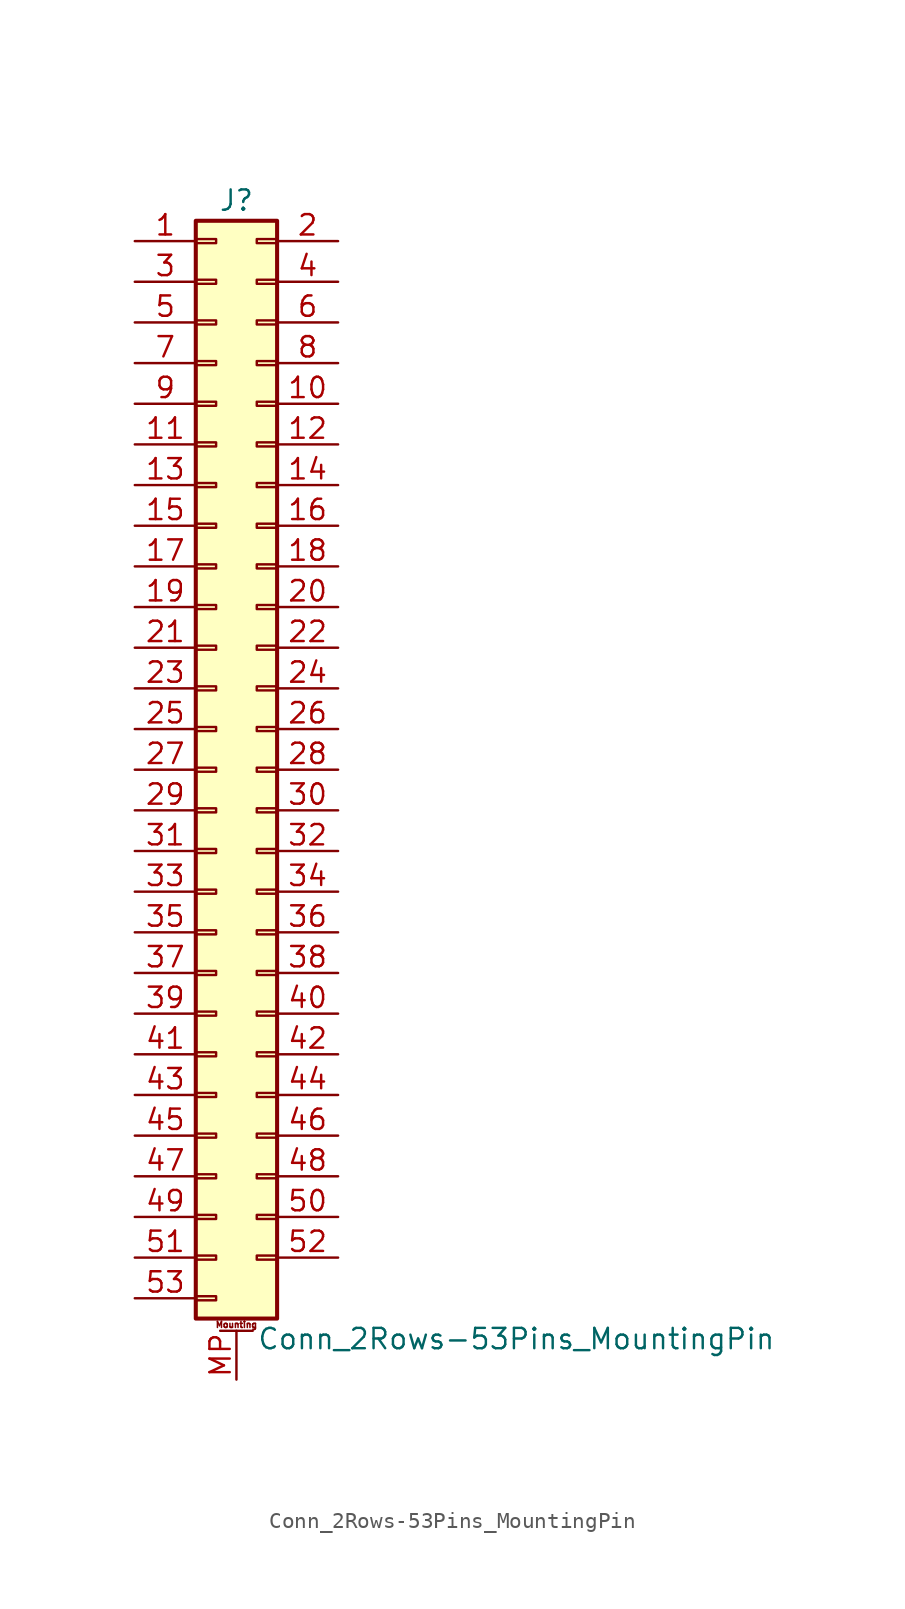
<source format=kicad_sym>
(kicad_symbol_lib
  (version 20211014)
  (generator kicad_symbol_editor)
  (symbol "Conn_2Rows-53Pins_MountingPin"
    (pin_names
      (offset 1.016) hide)
    (property "Reference" "J"
      (at 1.27 35.56 0)
      (effects (font (size 1.27 1.27))))
    (property "Value" "Conn_2Rows-53Pins_MountingPin"
      (at 2.54 -35.56 0)
      (effects (font (size 1.27 1.27)) (justify left)))
    (symbol "Conn_2Rows-53Pins_MountingPin_1_1"
      (rectangle (start -1.27 -32.893) (end 0 -33.147) (stroke (width 0.152) (type default) (color 0 0 0 0)) (fill (type none)))
      (rectangle (start -1.27 -30.353) (end 0 -30.607) (stroke (width 0.152) (type default) (color 0 0 0 0)) (fill (type none)))
      (rectangle (start -1.27 -27.813) (end 0 -28.067) (stroke (width 0.152) (type default) (color 0 0 0 0)) (fill (type none)))
      (rectangle (start -1.27 -25.273) (end 0 -25.527) (stroke (width 0.152) (type default) (color 0 0 0 0)) (fill (type none)))
      (rectangle (start -1.27 -22.733) (end 0 -22.987) (stroke (width 0.152) (type default) (color 0 0 0 0)) (fill (type none)))
      (rectangle (start -1.27 -20.193) (end 0 -20.447) (stroke (width 0.152) (type default) (color 0 0 0 0)) (fill (type none)))
      (rectangle (start -1.27 -17.653) (end 0 -17.907) (stroke (width 0.152) (type default) (color 0 0 0 0)) (fill (type none)))
      (rectangle (start -1.27 -15.113) (end 0 -15.367) (stroke (width 0.152) (type default) (color 0 0 0 0)) (fill (type none)))
      (rectangle (start -1.27 -12.573) (end 0 -12.827) (stroke (width 0.152) (type default) (color 0 0 0 0)) (fill (type none)))
      (rectangle (start -1.27 -10.033) (end 0 -10.287) (stroke (width 0.152) (type default) (color 0 0 0 0)) (fill (type none)))
      (rectangle (start -1.27 -7.493) (end 0 -7.747) (stroke (width 0.152) (type default) (color 0 0 0 0)) (fill (type none)))
      (rectangle (start -1.27 -4.953) (end 0 -5.207) (stroke (width 0.152) (type default) (color 0 0 0 0)) (fill (type none)))
      (rectangle (start -1.27 -2.413) (end 0 -2.667) (stroke (width 0.152) (type default) (color 0 0 0 0)) (fill (type none)))
      (rectangle (start -1.27 0.127) (end 0 -0.127) (stroke (width 0.152) (type default) (color 0 0 0 0)) (fill (type none)))
      (rectangle (start -1.27 2.667) (end 0 2.413) (stroke (width 0.152) (type default) (color 0 0 0 0)) (fill (type none)))
      (rectangle (start -1.27 5.207) (end 0 4.953) (stroke (width 0.152) (type default) (color 0 0 0 0)) (fill (type none)))
      (rectangle (start -1.27 7.747) (end 0 7.493) (stroke (width 0.152) (type default) (color 0 0 0 0)) (fill (type none)))
      (rectangle (start -1.27 10.287) (end 0 10.033) (stroke (width 0.152) (type default) (color 0 0 0 0)) (fill (type none)))
      (rectangle (start -1.27 12.827) (end 0 12.573) (stroke (width 0.152) (type default) (color 0 0 0 0)) (fill (type none)))
      (rectangle (start -1.27 15.367) (end 0 15.113) (stroke (width 0.152) (type default) (color 0 0 0 0)) (fill (type none)))
      (rectangle (start -1.27 17.907) (end 0 17.653) (stroke (width 0.152) (type default) (color 0 0 0 0)) (fill (type none)))
      (rectangle (start -1.27 20.447) (end 0 20.193) (stroke (width 0.152) (type default) (color 0 0 0 0)) (fill (type none)))
      (rectangle (start -1.27 22.987) (end 0 22.733) (stroke (width 0.152) (type default) (color 0 0 0 0)) (fill (type none)))
      (rectangle (start -1.27 25.527) (end 0 25.273) (stroke (width 0.152) (type default) (color 0 0 0 0)) (fill (type none)))
      (rectangle (start -1.27 28.067) (end 0 27.813) (stroke (width 0.152) (type default) (color 0 0 0 0)) (fill (type none)))
      (rectangle (start -1.27 30.607) (end 0 30.353) (stroke (width 0.152) (type default) (color 0 0 0 0)) (fill (type none)))
      (rectangle (start -1.27 33.147) (end 0 32.893) (stroke (width 0.152) (type default) (color 0 0 0 0)) (fill (type none)))
      (rectangle (start -1.27 34.29) (end 3.81 -34.29) (stroke (width 0.254) (type default) (color 0 0 0 0)) (fill (type background)))
      (polyline (pts (xy 0.254 -35.052) (xy 2.286 -35.052)) (stroke (width 0.152) (type default) (color 0 0 0 0)) (fill (type none)))
      (rectangle (start 3.81 -30.353) (end 2.54 -30.607) (stroke (width 0.152) (type default) (color 0 0 0 0)) (fill (type none)))
      (rectangle (start 3.81 -27.813) (end 2.54 -28.067) (stroke (width 0.152) (type default) (color 0 0 0 0)) (fill (type none)))
      (rectangle (start 3.81 -25.273) (end 2.54 -25.527) (stroke (width 0.152) (type default) (color 0 0 0 0)) (fill (type none)))
      (rectangle (start 3.81 -22.733) (end 2.54 -22.987) (stroke (width 0.152) (type default) (color 0 0 0 0)) (fill (type none)))
      (rectangle (start 3.81 -20.193) (end 2.54 -20.447) (stroke (width 0.152) (type default) (color 0 0 0 0)) (fill (type none)))
      (rectangle (start 3.81 -17.653) (end 2.54 -17.907) (stroke (width 0.152) (type default) (color 0 0 0 0)) (fill (type none)))
      (rectangle (start 3.81 -15.113) (end 2.54 -15.367) (stroke (width 0.152) (type default) (color 0 0 0 0)) (fill (type none)))
      (rectangle (start 3.81 -12.573) (end 2.54 -12.827) (stroke (width 0.152) (type default) (color 0 0 0 0)) (fill (type none)))
      (rectangle (start 3.81 -10.033) (end 2.54 -10.287) (stroke (width 0.152) (type default) (color 0 0 0 0)) (fill (type none)))
      (rectangle (start 3.81 -7.493) (end 2.54 -7.747) (stroke (width 0.152) (type default) (color 0 0 0 0)) (fill (type none)))
      (rectangle (start 3.81 -4.953) (end 2.54 -5.207) (stroke (width 0.152) (type default) (color 0 0 0 0)) (fill (type none)))
      (rectangle (start 3.81 -2.413) (end 2.54 -2.667) (stroke (width 0.152) (type default) (color 0 0 0 0)) (fill (type none)))
      (rectangle (start 3.81 0.127) (end 2.54 -0.127) (stroke (width 0.152) (type default) (color 0 0 0 0)) (fill (type none)))
      (rectangle (start 3.81 2.667) (end 2.54 2.413) (stroke (width 0.152) (type default) (color 0 0 0 0)) (fill (type none)))
      (rectangle (start 3.81 5.207) (end 2.54 4.953) (stroke (width 0.152) (type default) (color 0 0 0 0)) (fill (type none)))
      (rectangle (start 3.81 7.747) (end 2.54 7.493) (stroke (width 0.152) (type default) (color 0 0 0 0)) (fill (type none)))
      (rectangle (start 3.81 10.287) (end 2.54 10.033) (stroke (width 0.152) (type default) (color 0 0 0 0)) (fill (type none)))
      (rectangle (start 3.81 12.827) (end 2.54 12.573) (stroke (width 0.152) (type default) (color 0 0 0 0)) (fill (type none)))
      (rectangle (start 3.81 15.367) (end 2.54 15.113) (stroke (width 0.152) (type default) (color 0 0 0 0)) (fill (type none)))
      (rectangle (start 3.81 17.907) (end 2.54 17.653) (stroke (width 0.152) (type default) (color 0 0 0 0)) (fill (type none)))
      (rectangle (start 3.81 20.447) (end 2.54 20.193) (stroke (width 0.152) (type default) (color 0 0 0 0)) (fill (type none)))
      (rectangle (start 3.81 22.987) (end 2.54 22.733) (stroke (width 0.152) (type default) (color 0 0 0 0)) (fill (type none)))
      (rectangle (start 3.81 25.527) (end 2.54 25.273) (stroke (width 0.152) (type default) (color 0 0 0 0)) (fill (type none)))
      (rectangle (start 3.81 28.067) (end 2.54 27.813) (stroke (width 0.152) (type default) (color 0 0 0 0)) (fill (type none)))
      (rectangle (start 3.81 30.607) (end 2.54 30.353) (stroke (width 0.152) (type default) (color 0 0 0 0)) (fill (type none)))
      (rectangle (start 3.81 33.147) (end 2.54 32.893) (stroke (width 0.152) (type default) (color 0 0 0 0)) (fill (type none)))
      (text "Mounting" (at 1.27 -34.671 0) (effects (font (size 0.381 0.381))))
      (pin passive line (at -5.08 33.02 0) (length 3.81) (name "Pin_1" (effects (font (size 1.27 1.27)))) (number "1" (effects (font (size 1.27 1.27)))))
      (pin passive line (at 7.62 22.86 180) (length 3.81) (name "Pin_10" (effects (font (size 1.27 1.27)))) (number "10" (effects (font (size 1.27 1.27)))))
      (pin passive line (at -5.08 20.32 0) (length 3.81) (name "Pin_11" (effects (font (size 1.27 1.27)))) (number "11" (effects (font (size 1.27 1.27)))))
      (pin passive line (at 7.62 20.32 180) (length 3.81) (name "Pin_12" (effects (font (size 1.27 1.27)))) (number "12" (effects (font (size 1.27 1.27)))))
      (pin passive line (at -5.08 17.78 0) (length 3.81) (name "Pin_13" (effects (font (size 1.27 1.27)))) (number "13" (effects (font (size 1.27 1.27)))))
      (pin passive line (at 7.62 17.78 180) (length 3.81) (name "Pin_14" (effects (font (size 1.27 1.27)))) (number "14" (effects (font (size 1.27 1.27)))))
      (pin passive line (at -5.08 15.24 0) (length 3.81) (name "Pin_15" (effects (font (size 1.27 1.27)))) (number "15" (effects (font (size 1.27 1.27)))))
      (pin passive line (at 7.62 15.24 180) (length 3.81) (name "Pin_16" (effects (font (size 1.27 1.27)))) (number "16" (effects (font (size 1.27 1.27)))))
      (pin passive line (at -5.08 12.7 0) (length 3.81) (name "Pin_17" (effects (font (size 1.27 1.27)))) (number "17" (effects (font (size 1.27 1.27)))))
      (pin passive line (at 7.62 12.7 180) (length 3.81) (name "Pin_18" (effects (font (size 1.27 1.27)))) (number "18" (effects (font (size 1.27 1.27)))))
      (pin passive line (at -5.08 10.16 0) (length 3.81) (name "Pin_19" (effects (font (size 1.27 1.27)))) (number "19" (effects (font (size 1.27 1.27)))))
      (pin passive line (at 7.62 33.02 180) (length 3.81) (name "Pin_2" (effects (font (size 1.27 1.27)))) (number "2" (effects (font (size 1.27 1.27)))))
      (pin passive line (at 7.62 10.16 180) (length 3.81) (name "Pin_20" (effects (font (size 1.27 1.27)))) (number "20" (effects (font (size 1.27 1.27)))))
      (pin passive line (at -5.08 7.62 0) (length 3.81) (name "Pin_21" (effects (font (size 1.27 1.27)))) (number "21" (effects (font (size 1.27 1.27)))))
      (pin passive line (at 7.62 7.62 180) (length 3.81) (name "Pin_22" (effects (font (size 1.27 1.27)))) (number "22" (effects (font (size 1.27 1.27)))))
      (pin passive line (at -5.08 5.08 0) (length 3.81) (name "Pin_23" (effects (font (size 1.27 1.27)))) (number "23" (effects (font (size 1.27 1.27)))))
      (pin passive line (at 7.62 5.08 180) (length 3.81) (name "Pin_24" (effects (font (size 1.27 1.27)))) (number "24" (effects (font (size 1.27 1.27)))))
      (pin passive line (at -5.08 2.54 0) (length 3.81) (name "Pin_25" (effects (font (size 1.27 1.27)))) (number "25" (effects (font (size 1.27 1.27)))))
      (pin passive line (at 7.62 2.54 180) (length 3.81) (name "Pin_26" (effects (font (size 1.27 1.27)))) (number "26" (effects (font (size 1.27 1.27)))))
      (pin passive line (at -5.08 0 0) (length 3.81) (name "Pin_27" (effects (font (size 1.27 1.27)))) (number "27" (effects (font (size 1.27 1.27)))))
      (pin passive line (at 7.62 0 180) (length 3.81) (name "Pin_28" (effects (font (size 1.27 1.27)))) (number "28" (effects (font (size 1.27 1.27)))))
      (pin passive line (at -5.08 -2.54 0) (length 3.81) (name "Pin_29" (effects (font (size 1.27 1.27)))) (number "29" (effects (font (size 1.27 1.27)))))
      (pin passive line (at -5.08 30.48 0) (length 3.81) (name "Pin_3" (effects (font (size 1.27 1.27)))) (number "3" (effects (font (size 1.27 1.27)))))
      (pin passive line (at 7.62 -2.54 180) (length 3.81) (name "Pin_30" (effects (font (size 1.27 1.27)))) (number "30" (effects (font (size 1.27 1.27)))))
      (pin passive line (at -5.08 -5.08 0) (length 3.81) (name "Pin_31" (effects (font (size 1.27 1.27)))) (number "31" (effects (font (size 1.27 1.27)))))
      (pin passive line (at 7.62 -5.08 180) (length 3.81) (name "Pin_32" (effects (font (size 1.27 1.27)))) (number "32" (effects (font (size 1.27 1.27)))))
      (pin passive line (at -5.08 -7.62 0) (length 3.81) (name "Pin_33" (effects (font (size 1.27 1.27)))) (number "33" (effects (font (size 1.27 1.27)))))
      (pin passive line (at 7.62 -7.62 180) (length 3.81) (name "Pin_34" (effects (font (size 1.27 1.27)))) (number "34" (effects (font (size 1.27 1.27)))))
      (pin passive line (at -5.08 -10.16 0) (length 3.81) (name "Pin_35" (effects (font (size 1.27 1.27)))) (number "35" (effects (font (size 1.27 1.27)))))
      (pin passive line (at 7.62 -10.16 180) (length 3.81) (name "Pin_36" (effects (font (size 1.27 1.27)))) (number "36" (effects (font (size 1.27 1.27)))))
      (pin passive line (at -5.08 -12.7 0) (length 3.81) (name "Pin_37" (effects (font (size 1.27 1.27)))) (number "37" (effects (font (size 1.27 1.27)))))
      (pin passive line (at 7.62 -12.7 180) (length 3.81) (name "Pin_38" (effects (font (size 1.27 1.27)))) (number "38" (effects (font (size 1.27 1.27)))))
      (pin passive line (at -5.08 -15.24 0) (length 3.81) (name "Pin_39" (effects (font (size 1.27 1.27)))) (number "39" (effects (font (size 1.27 1.27)))))
      (pin passive line (at 7.62 30.48 180) (length 3.81) (name "Pin_4" (effects (font (size 1.27 1.27)))) (number "4" (effects (font (size 1.27 1.27)))))
      (pin passive line (at 7.62 -15.24 180) (length 3.81) (name "Pin_40" (effects (font (size 1.27 1.27)))) (number "40" (effects (font (size 1.27 1.27)))))
      (pin passive line (at -5.08 -17.78 0) (length 3.81) (name "Pin_41" (effects (font (size 1.27 1.27)))) (number "41" (effects (font (size 1.27 1.27)))))
      (pin passive line (at 7.62 -17.78 180) (length 3.81) (name "Pin_42" (effects (font (size 1.27 1.27)))) (number "42" (effects (font (size 1.27 1.27)))))
      (pin passive line (at -5.08 -20.32 0) (length 3.81) (name "Pin_43" (effects (font (size 1.27 1.27)))) (number "43" (effects (font (size 1.27 1.27)))))
      (pin passive line (at 7.62 -20.32 180) (length 3.81) (name "Pin_44" (effects (font (size 1.27 1.27)))) (number "44" (effects (font (size 1.27 1.27)))))
      (pin passive line (at -5.08 -22.86 0) (length 3.81) (name "Pin_45" (effects (font (size 1.27 1.27)))) (number "45" (effects (font (size 1.27 1.27)))))
      (pin passive line (at 7.62 -22.86 180) (length 3.81) (name "Pin_46" (effects (font (size 1.27 1.27)))) (number "46" (effects (font (size 1.27 1.27)))))
      (pin passive line (at -5.08 -25.4 0) (length 3.81) (name "Pin_47" (effects (font (size 1.27 1.27)))) (number "47" (effects (font (size 1.27 1.27)))))
      (pin passive line (at 7.62 -25.4 180) (length 3.81) (name "Pin_48" (effects (font (size 1.27 1.27)))) (number "48" (effects (font (size 1.27 1.27)))))
      (pin passive line (at -5.08 -27.94 0) (length 3.81) (name "Pin_49" (effects (font (size 1.27 1.27)))) (number "49" (effects (font (size 1.27 1.27)))))
      (pin passive line (at -5.08 27.94 0) (length 3.81) (name "Pin_5" (effects (font (size 1.27 1.27)))) (number "5" (effects (font (size 1.27 1.27)))))
      (pin passive line (at 7.62 -27.94 180) (length 3.81) (name "Pin_50" (effects (font (size 1.27 1.27)))) (number "50" (effects (font (size 1.27 1.27)))))
      (pin passive line (at -5.08 -30.48 0) (length 3.81) (name "Pin_51" (effects (font (size 1.27 1.27)))) (number "51" (effects (font (size 1.27 1.27)))))
      (pin passive line (at 7.62 -30.48 180) (length 3.81) (name "Pin_52" (effects (font (size 1.27 1.27)))) (number "52" (effects (font (size 1.27 1.27)))))
      (pin passive line (at -5.08 -33.02 0) (length 3.81) (name "Pin_53" (effects (font (size 1.27 1.27)))) (number "53" (effects (font (size 1.27 1.27)))))
      (pin passive line (at 7.62 27.94 180) (length 3.81) (name "Pin_6" (effects (font (size 1.27 1.27)))) (number "6" (effects (font (size 1.27 1.27)))))
      (pin passive line (at -5.08 25.4 0) (length 3.81) (name "Pin_7" (effects (font (size 1.27 1.27)))) (number "7" (effects (font (size 1.27 1.27)))))
      (pin passive line (at 7.62 25.4 180) (length 3.81) (name "Pin_8" (effects (font (size 1.27 1.27)))) (number "8" (effects (font (size 1.27 1.27)))))
      (pin passive line (at -5.08 22.86 0) (length 3.81) (name "Pin_9" (effects (font (size 1.27 1.27)))) (number "9" (effects (font (size 1.27 1.27)))))
      (pin passive line (at 1.27 -38.1 90) (length 3.048) (name "MountPin" (effects (font (size 1.27 1.27)))) (number "MP" (effects (font (size 1.27 1.27))))))))
</source>
